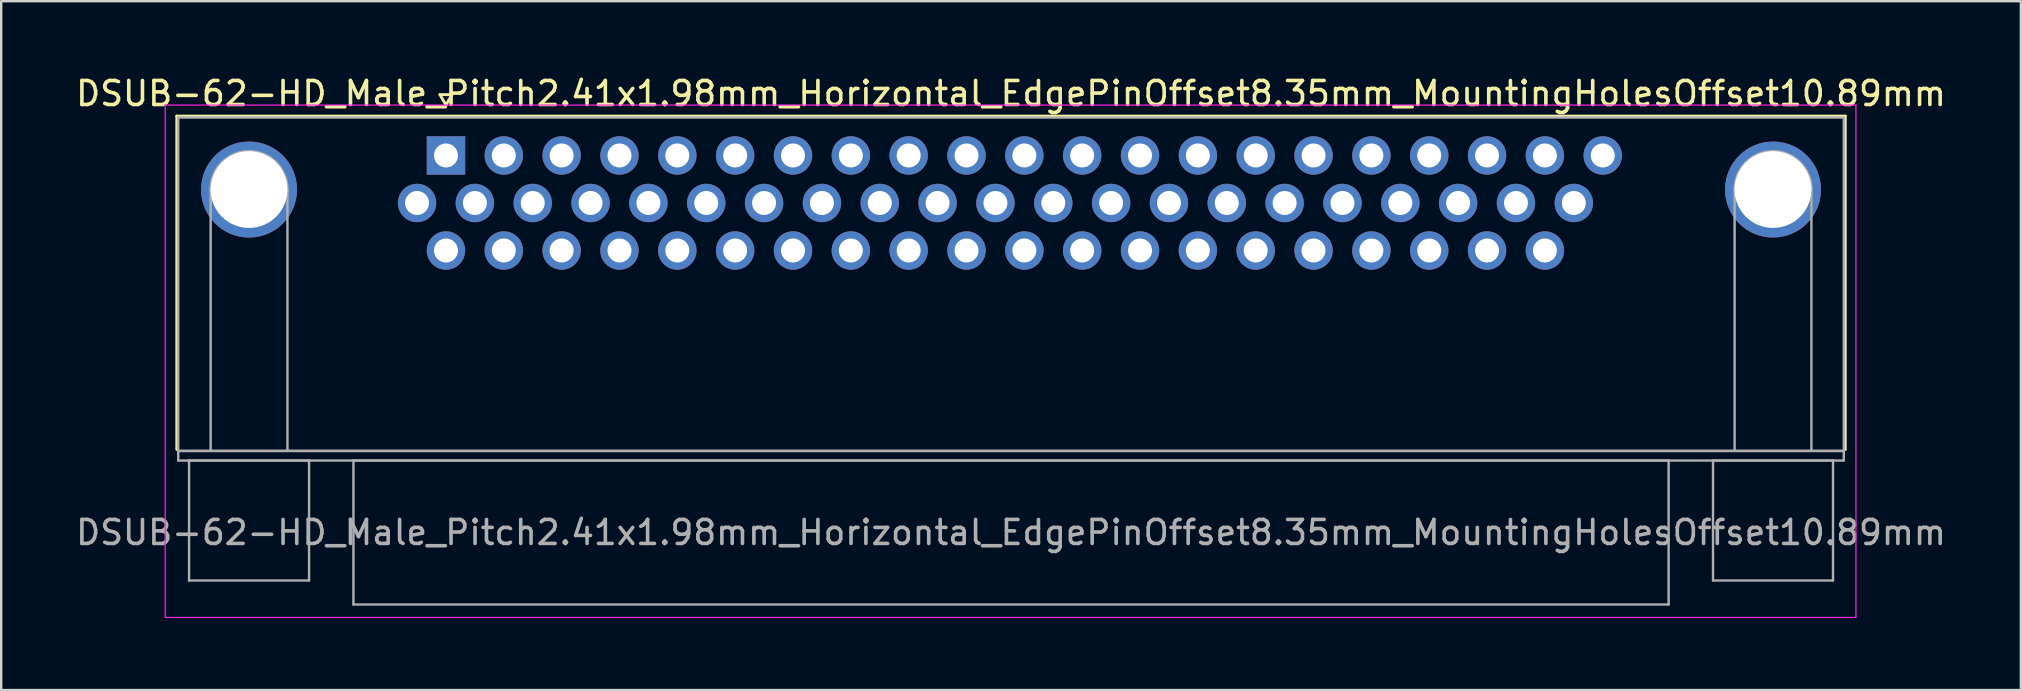
<source format=kicad_pcb>
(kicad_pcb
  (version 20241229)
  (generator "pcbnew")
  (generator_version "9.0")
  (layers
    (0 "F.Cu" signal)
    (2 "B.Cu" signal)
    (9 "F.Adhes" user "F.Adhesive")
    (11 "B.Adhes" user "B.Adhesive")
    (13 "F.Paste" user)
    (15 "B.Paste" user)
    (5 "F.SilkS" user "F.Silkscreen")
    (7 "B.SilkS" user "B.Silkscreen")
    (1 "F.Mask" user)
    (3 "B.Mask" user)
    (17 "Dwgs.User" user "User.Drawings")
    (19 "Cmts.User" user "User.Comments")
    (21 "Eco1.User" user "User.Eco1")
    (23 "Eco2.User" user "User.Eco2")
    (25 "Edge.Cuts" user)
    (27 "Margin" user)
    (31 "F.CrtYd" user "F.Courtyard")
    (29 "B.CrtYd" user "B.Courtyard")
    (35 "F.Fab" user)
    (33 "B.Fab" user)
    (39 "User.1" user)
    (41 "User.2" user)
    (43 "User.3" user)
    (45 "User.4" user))
  (footprint "DSUB-62-HD_Male_Pitch2.41x1.98mm_Horizontal_EdgePinOffset8.35mm_MountingHolesOffset10.89mm"
    (layer "F.Cu")
    (at 15.532 3.428)
    (property "Reference" "DSUB-62-HD_Male_Pitch2.41x1.98mm_Horizontal_EdgePinOffset8.35mm_MountingHolesOffset10.89mm" (at 23.545 -2.58 0) (layer "F.SilkS") (effects (font (size 1 1) (thickness 0.15))))
    (attr through_hole)
    (fp_line (start -11.215 -1.64) (end 58.305 -1.64) (stroke (width 0.12) (type solid)) (layer "F.SilkS"))
    (fp_line (start -11.215 12.25) (end -11.215 -1.64) (stroke (width 0.12) (type solid)) (layer "F.SilkS"))
    (fp_line (start -0.25 -2.534) (end 0.25 -2.534) (stroke (width 0.12) (type solid)) (layer "F.SilkS"))
    (fp_line (start 0 -2.101) (end -0.25 -2.534) (stroke (width 0.12) (type solid)) (layer "F.SilkS"))
    (fp_line (start 0.25 -2.534) (end 0 -2.101) (stroke (width 0.12) (type solid)) (layer "F.SilkS"))
    (fp_line (start 58.305 -1.64) (end 58.305 12.25) (stroke (width 0.12) (type solid)) (layer "F.SilkS"))
    (fp_line (start -11.7 -2.1) (end -11.7 19.25) (stroke (width 0.05) (type solid)) (layer "F.CrtYd"))
    (fp_line (start -11.7 19.25) (end 58.75 19.25) (stroke (width 0.05) (type solid)) (layer "F.CrtYd"))
    (fp_line (start 58.75 -2.1) (end -11.7 -2.1) (stroke (width 0.05) (type solid)) (layer "F.CrtYd"))
    (fp_line (start 58.75 19.25) (end 58.75 -2.1) (stroke (width 0.05) (type solid)) (layer "F.CrtYd"))
    (fp_line (start -11.155 -1.58) (end -11.155 12.31) (stroke (width 0.1) (type solid)) (layer "F.Fab"))
    (fp_line (start -11.155 12.31) (end -11.155 12.71) (stroke (width 0.1) (type solid)) (layer "F.Fab"))
    (fp_line (start -11.155 12.31) (end 58.245 12.31) (stroke (width 0.1) (type solid)) (layer "F.Fab"))
    (fp_line (start -11.155 12.71) (end 58.245 12.71) (stroke (width 0.1) (type solid)) (layer "F.Fab"))
    (fp_line (start -10.705 12.71) (end -10.705 17.71) (stroke (width 0.1) (type solid)) (layer "F.Fab"))
    (fp_line (start -10.705 17.71) (end -5.705 17.71) (stroke (width 0.1) (type solid)) (layer "F.Fab"))
    (fp_line (start -9.805 12.31) (end -9.805 1.42) (stroke (width 0.1) (type solid)) (layer "F.Fab"))
    (fp_line (start -6.605 12.31) (end -6.605 1.42) (stroke (width 0.1) (type solid)) (layer "F.Fab"))
    (fp_line (start -5.705 12.71) (end -10.705 12.71) (stroke (width 0.1) (type solid)) (layer "F.Fab"))
    (fp_line (start -5.705 17.71) (end -5.705 12.71) (stroke (width 0.1) (type solid)) (layer "F.Fab"))
    (fp_line (start -3.855 12.71) (end -3.855 18.71) (stroke (width 0.1) (type solid)) (layer "F.Fab"))
    (fp_line (start -3.855 18.71) (end 50.945 18.71) (stroke (width 0.1) (type solid)) (layer "F.Fab"))
    (fp_line (start 50.945 12.71) (end -3.855 12.71) (stroke (width 0.1) (type solid)) (layer "F.Fab"))
    (fp_line (start 50.945 18.71) (end 50.945 12.71) (stroke (width 0.1) (type solid)) (layer "F.Fab"))
    (fp_line (start 52.795 12.71) (end 52.795 17.71) (stroke (width 0.1) (type solid)) (layer "F.Fab"))
    (fp_line (start 52.795 17.71) (end 57.795 17.71) (stroke (width 0.1) (type solid)) (layer "F.Fab"))
    (fp_line (start 53.695 12.31) (end 53.695 1.42) (stroke (width 0.1) (type solid)) (layer "F.Fab"))
    (fp_line (start 56.895 12.31) (end 56.895 1.42) (stroke (width 0.1) (type solid)) (layer "F.Fab"))
    (fp_line (start 57.795 12.71) (end 52.795 12.71) (stroke (width 0.1) (type solid)) (layer "F.Fab"))
    (fp_line (start 57.795 17.71) (end 57.795 12.71) (stroke (width 0.1) (type solid)) (layer "F.Fab"))
    (fp_line (start 58.245 -1.58) (end -11.155 -1.58) (stroke (width 0.1) (type solid)) (layer "F.Fab"))
    (fp_line (start 58.245 12.31) (end -11.155 12.31) (stroke (width 0.1) (type solid)) (layer "F.Fab"))
    (fp_line (start 58.245 12.31) (end 58.245 -1.58) (stroke (width 0.1) (type solid)) (layer "F.Fab"))
    (fp_line (start 58.245 12.71) (end 58.245 12.31) (stroke (width 0.1) (type solid)) (layer "F.Fab"))
    (fp_arc (start -9.805 1.42) (mid -8.205 -0.18) (end -6.605 1.42) (stroke (width 0.1) (type solid)) (layer "F.Fab"))
    (fp_arc (start 53.695 1.42) (mid 55.295 -0.18) (end 56.895 1.42) (stroke (width 0.1) (type solid)) (layer "F.Fab"))
    (fp_text user "${REFERENCE}" (at 23.545 15.71 0) (layer "F.Fab") (effects (font (size 1 1) (thickness 0.15))))
    (pad "0" thru_hole circle (at -8.205 1.42) (size 4 4) (drill 3.2) (layers "*.Cu" "*.Mask"))
    (pad "0" thru_hole circle (at 55.295 1.42) (size 4 4) (drill 3.2) (layers "*.Cu" "*.Mask"))
    (pad "1" thru_hole rect (at 0 0) (size 1.6 1.6) (drill 1) (layers "*.Cu" "*.Mask"))
    (pad "2" thru_hole circle (at 2.41 0) (size 1.6 1.6) (drill 1) (layers "*.Cu" "*.Mask"))
    (pad "3" thru_hole circle (at 4.82 0) (size 1.6 1.6) (drill 1) (layers "*.Cu" "*.Mask"))
    (pad "4" thru_hole circle (at 7.23 0) (size 1.6 1.6) (drill 1) (layers "*.Cu" "*.Mask"))
    (pad "5" thru_hole circle (at 9.64 0) (size 1.6 1.6) (drill 1) (layers "*.Cu" "*.Mask"))
    (pad "6" thru_hole circle (at 12.05 0) (size 1.6 1.6) (drill 1) (layers "*.Cu" "*.Mask"))
    (pad "7" thru_hole circle (at 14.46 0) (size 1.6 1.6) (drill 1) (layers "*.Cu" "*.Mask"))
    (pad "8" thru_hole circle (at 16.87 0) (size 1.6 1.6) (drill 1) (layers "*.Cu" "*.Mask"))
    (pad "9" thru_hole circle (at 19.28 0) (size 1.6 1.6) (drill 1) (layers "*.Cu" "*.Mask"))
    (pad "10" thru_hole circle (at 21.69 0) (size 1.6 1.6) (drill 1) (layers "*.Cu" "*.Mask"))
    (pad "11" thru_hole circle (at 24.1 0) (size 1.6 1.6) (drill 1) (layers "*.Cu" "*.Mask"))
    (pad "12" thru_hole circle (at 26.51 0) (size 1.6 1.6) (drill 1) (layers "*.Cu" "*.Mask"))
    (pad "13" thru_hole circle (at 28.92 0) (size 1.6 1.6) (drill 1) (layers "*.Cu" "*.Mask"))
    (pad "14" thru_hole circle (at 31.33 0) (size 1.6 1.6) (drill 1) (layers "*.Cu" "*.Mask"))
    (pad "15" thru_hole circle (at 33.74 0) (size 1.6 1.6) (drill 1) (layers "*.Cu" "*.Mask"))
    (pad "16" thru_hole circle (at 36.15 0) (size 1.6 1.6) (drill 1) (layers "*.Cu" "*.Mask"))
    (pad "17" thru_hole circle (at 38.56 0) (size 1.6 1.6) (drill 1) (layers "*.Cu" "*.Mask"))
    (pad "18" thru_hole circle (at 40.97 0) (size 1.6 1.6) (drill 1) (layers "*.Cu" "*.Mask"))
    (pad "19" thru_hole circle (at 43.38 0) (size 1.6 1.6) (drill 1) (layers "*.Cu" "*.Mask"))
    (pad "20" thru_hole circle (at 45.79 0) (size 1.6 1.6) (drill 1) (layers "*.Cu" "*.Mask"))
    (pad "21" thru_hole circle (at 48.2 0) (size 1.6 1.6) (drill 1) (layers "*.Cu" "*.Mask"))
    (pad "22" thru_hole circle (at -1.205 1.98) (size 1.6 1.6) (drill 1) (layers "*.Cu" "*.Mask"))
    (pad "23" thru_hole circle (at 1.205 1.98) (size 1.6 1.6) (drill 1) (layers "*.Cu" "*.Mask"))
    (pad "24" thru_hole circle (at 3.615 1.98) (size 1.6 1.6) (drill 1) (layers "*.Cu" "*.Mask"))
    (pad "25" thru_hole circle (at 6.025 1.98) (size 1.6 1.6) (drill 1) (layers "*.Cu" "*.Mask"))
    (pad "26" thru_hole circle (at 8.435 1.98) (size 1.6 1.6) (drill 1) (layers "*.Cu" "*.Mask"))
    (pad "27" thru_hole circle (at 10.845 1.98) (size 1.6 1.6) (drill 1) (layers "*.Cu" "*.Mask"))
    (pad "28" thru_hole circle (at 13.255 1.98) (size 1.6 1.6) (drill 1) (layers "*.Cu" "*.Mask"))
    (pad "29" thru_hole circle (at 15.665 1.98) (size 1.6 1.6) (drill 1) (layers "*.Cu" "*.Mask"))
    (pad "30" thru_hole circle (at 18.075 1.98) (size 1.6 1.6) (drill 1) (layers "*.Cu" "*.Mask"))
    (pad "31" thru_hole circle (at 20.485 1.98) (size 1.6 1.6) (drill 1) (layers "*.Cu" "*.Mask"))
    (pad "32" thru_hole circle (at 22.895 1.98) (size 1.6 1.6) (drill 1) (layers "*.Cu" "*.Mask"))
    (pad "33" thru_hole circle (at 25.305 1.98) (size 1.6 1.6) (drill 1) (layers "*.Cu" "*.Mask"))
    (pad "34" thru_hole circle (at 27.715 1.98) (size 1.6 1.6) (drill 1) (layers "*.Cu" "*.Mask"))
    (pad "35" thru_hole circle (at 30.125 1.98) (size 1.6 1.6) (drill 1) (layers "*.Cu" "*.Mask"))
    (pad "36" thru_hole circle (at 32.535 1.98) (size 1.6 1.6) (drill 1) (layers "*.Cu" "*.Mask"))
    (pad "37" thru_hole circle (at 34.945 1.98) (size 1.6 1.6) (drill 1) (layers "*.Cu" "*.Mask"))
    (pad "38" thru_hole circle (at 37.355 1.98) (size 1.6 1.6) (drill 1) (layers "*.Cu" "*.Mask"))
    (pad "39" thru_hole circle (at 39.765 1.98) (size 1.6 1.6) (drill 1) (layers "*.Cu" "*.Mask"))
    (pad "40" thru_hole circle (at 42.175 1.98) (size 1.6 1.6) (drill 1) (layers "*.Cu" "*.Mask"))
    (pad "41" thru_hole circle (at 44.585 1.98) (size 1.6 1.6) (drill 1) (layers "*.Cu" "*.Mask"))
    (pad "42" thru_hole circle (at 46.995 1.98) (size 1.6 1.6) (drill 1) (layers "*.Cu" "*.Mask"))
    (pad "43" thru_hole circle (at 0 3.96) (size 1.6 1.6) (drill 1) (layers "*.Cu" "*.Mask"))
    (pad "44" thru_hole circle (at 2.41 3.96) (size 1.6 1.6) (drill 1) (layers "*.Cu" "*.Mask"))
    (pad "45" thru_hole circle (at 4.82 3.96) (size 1.6 1.6) (drill 1) (layers "*.Cu" "*.Mask"))
    (pad "46" thru_hole circle (at 7.23 3.96) (size 1.6 1.6) (drill 1) (layers "*.Cu" "*.Mask"))
    (pad "47" thru_hole circle (at 9.64 3.96) (size 1.6 1.6) (drill 1) (layers "*.Cu" "*.Mask"))
    (pad "48" thru_hole circle (at 12.05 3.96) (size 1.6 1.6) (drill 1) (layers "*.Cu" "*.Mask"))
    (pad "49" thru_hole circle (at 14.46 3.96) (size 1.6 1.6) (drill 1) (layers "*.Cu" "*.Mask"))
    (pad "50" thru_hole circle (at 16.87 3.96) (size 1.6 1.6) (drill 1) (layers "*.Cu" "*.Mask"))
    (pad "51" thru_hole circle (at 19.28 3.96) (size 1.6 1.6) (drill 1) (layers "*.Cu" "*.Mask"))
    (pad "52" thru_hole circle (at 21.69 3.96) (size 1.6 1.6) (drill 1) (layers "*.Cu" "*.Mask"))
    (pad "53" thru_hole circle (at 24.1 3.96) (size 1.6 1.6) (drill 1) (layers "*.Cu" "*.Mask"))
    (pad "54" thru_hole circle (at 26.51 3.96) (size 1.6 1.6) (drill 1) (layers "*.Cu" "*.Mask"))
    (pad "55" thru_hole circle (at 28.92 3.96) (size 1.6 1.6) (drill 1) (layers "*.Cu" "*.Mask"))
    (pad "56" thru_hole circle (at 31.33 3.96) (size 1.6 1.6) (drill 1) (layers "*.Cu" "*.Mask"))
    (pad "57" thru_hole circle (at 33.74 3.96) (size 1.6 1.6) (drill 1) (layers "*.Cu" "*.Mask"))
    (pad "58" thru_hole circle (at 36.15 3.96) (size 1.6 1.6) (drill 1) (layers "*.Cu" "*.Mask"))
    (pad "59" thru_hole circle (at 38.56 3.96) (size 1.6 1.6) (drill 1) (layers "*.Cu" "*.Mask"))
    (pad "60" thru_hole circle (at 40.97 3.96) (size 1.6 1.6) (drill 1) (layers "*.Cu" "*.Mask"))
    (pad "61" thru_hole circle (at 43.38 3.96) (size 1.6 1.6) (drill 1) (layers "*.Cu" "*.Mask"))
    (pad "62" thru_hole circle (at 45.79 3.96) (size 1.6 1.6) (drill 1) (layers "*.Cu" "*.Mask")))
  (gr_rect
    (start -3 -3)
    (end 81.155 25.703)
    (stroke (width 0.1) (type default))
    (fill no)
    (layer "Edge.Cuts")))
</source>
